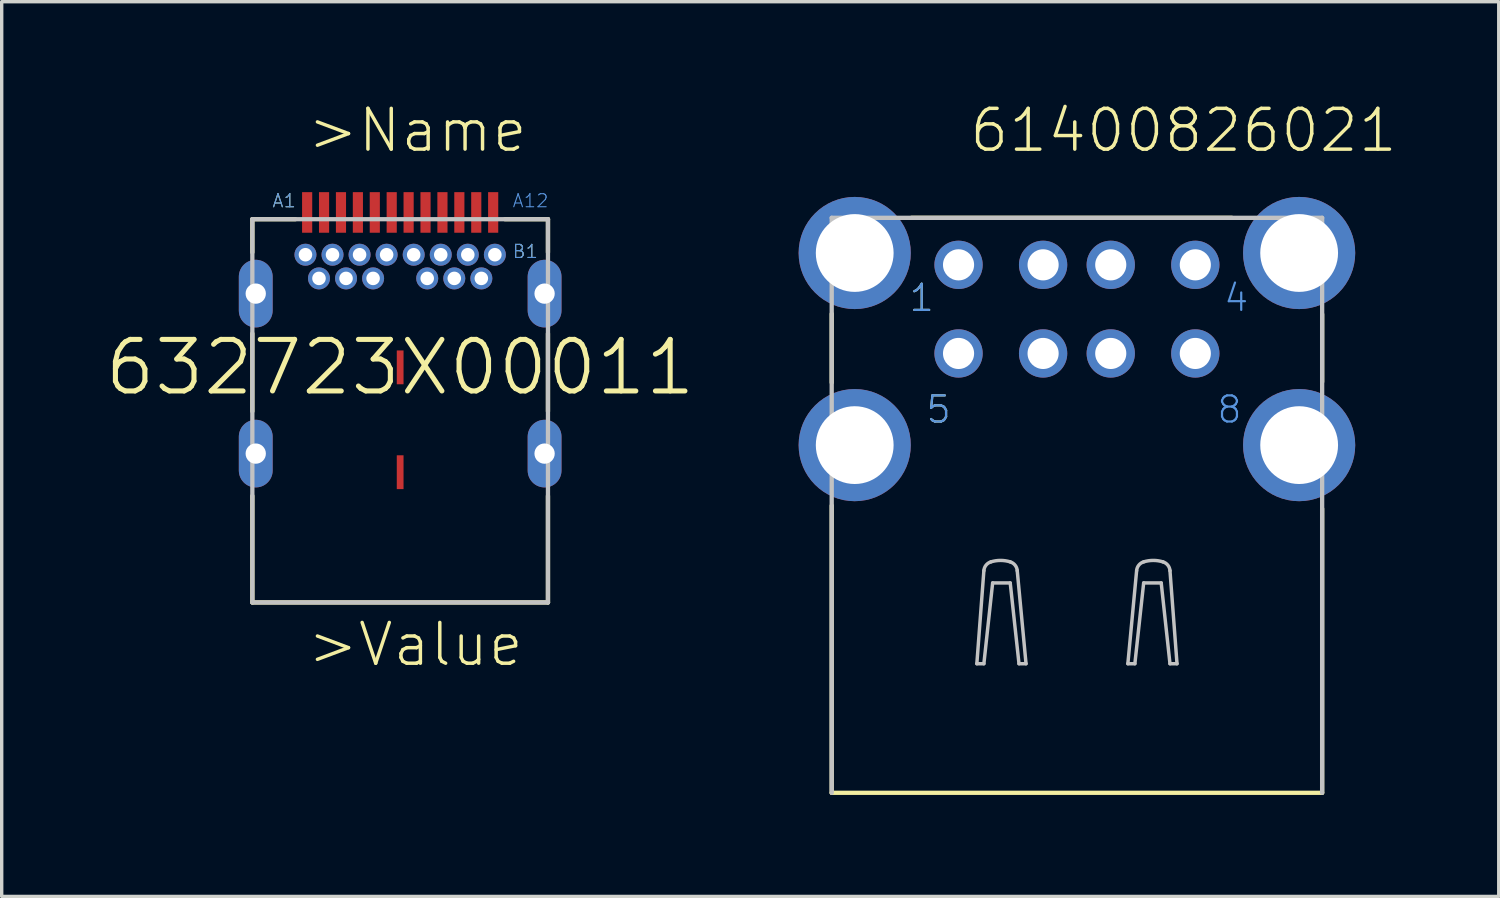
<source format=kicad_pcb>
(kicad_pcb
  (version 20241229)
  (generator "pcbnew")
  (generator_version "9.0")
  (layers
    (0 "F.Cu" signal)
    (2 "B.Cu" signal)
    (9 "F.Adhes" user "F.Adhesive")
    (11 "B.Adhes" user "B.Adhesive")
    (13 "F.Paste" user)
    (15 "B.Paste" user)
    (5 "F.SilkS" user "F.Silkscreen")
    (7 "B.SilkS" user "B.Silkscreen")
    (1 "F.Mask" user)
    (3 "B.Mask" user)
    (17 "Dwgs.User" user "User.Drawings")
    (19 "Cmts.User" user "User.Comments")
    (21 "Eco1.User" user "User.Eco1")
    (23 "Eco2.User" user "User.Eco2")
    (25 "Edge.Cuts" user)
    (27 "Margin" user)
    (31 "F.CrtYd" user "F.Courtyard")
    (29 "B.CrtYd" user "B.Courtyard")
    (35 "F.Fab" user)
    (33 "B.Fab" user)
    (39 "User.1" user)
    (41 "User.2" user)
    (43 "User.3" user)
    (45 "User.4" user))
  (footprint "632723X00011"
    (layer "F.Cu")
    (at 8.781 7.811)
    (property "Reference" "632723X00011" (at 0 0 0) (layer "F.SilkS") (effects (font (size 1.524 1.524) (thickness 0.15))))
    (attr through_hole)
    (fp_line (start -4.37 -4.38) (end -4.37 -3.4) (stroke (width 0.127) (type solid)) (layer "F.SilkS"))
    (fp_line (start -4.37 -1) (end -4.37 1.3) (stroke (width 0.127) (type solid)) (layer "F.SilkS"))
    (fp_line (start -4.37 3.8) (end -4.37 6.95) (stroke (width 0.127) (type solid)) (layer "F.SilkS"))
    (fp_line (start -4.37 6.95) (end 4.37 6.95) (stroke (width 0.127) (type solid)) (layer "F.SilkS"))
    (fp_line (start -3.1 -4.38) (end -4.37 -4.38) (stroke (width 0.127) (type solid)) (layer "F.SilkS"))
    (fp_line (start 3.1 -4.38) (end 4.37 -4.38) (stroke (width 0.127) (type solid)) (layer "F.SilkS"))
    (fp_line (start 4.37 -4.38) (end 4.37 -3.4) (stroke (width 0.127) (type solid)) (layer "F.SilkS"))
    (fp_line (start 4.37 -1) (end 4.37 1.3) (stroke (width 0.127) (type solid)) (layer "F.SilkS"))
    (fp_line (start 4.37 6.95) (end 4.37 3.8) (stroke (width 0.127) (type solid)) (layer "F.SilkS"))
    (fp_line (start -4.37 -4.38) (end 4.37 -4.38) (stroke (width 0.127) (type solid)) (layer "Dwgs.User"))
    (fp_line (start -4.37 6.95) (end -4.37 -4.38) (stroke (width 0.127) (type solid)) (layer "Dwgs.User"))
    (fp_line (start 4.37 -4.38) (end 4.37 6.95) (stroke (width 0.127) (type solid)) (layer "Dwgs.User"))
    (fp_line (start 4.37 6.95) (end -4.37 6.95) (stroke (width 0.127) (type solid)) (layer "Dwgs.User"))
    (fp_text user ">Name" (at -2.8 -6.3 0) (layer "F.SilkS") (effects (font (size 1.206 1.206) (thickness 0.102)) (justify left bottom)))
    (fp_text user "B1" (at 3.3 -3.2 0) (layer "F.SilkS") (effects (font (size 0.386 0.386) (thickness 0.033)) (justify left bottom)))
    (fp_text user ">Value" (at -2.8 8.9 0) (layer "F.SilkS") (effects (font (size 1.206 1.206) (thickness 0.102)) (justify left bottom)))
    (fp_text user "A1" (at -3.8 -4.7 0) (layer "F.SilkS") (effects (font (size 0.386 0.386) (thickness 0.033)) (justify left bottom)))
    (fp_text user "A1" (at -3.8 -4.7 0) (layer "Cmts.User") (effects (font (size 0.386 0.386) (thickness 0.033)) (justify left bottom)))
    (fp_text user "A12" (at 3.3 -4.7 0) (layer "Cmts.User") (effects (font (size 0.386 0.386) (thickness 0.033)) (justify left bottom)))
    (fp_text user "B1" (at 3.3 -3.2 0) (layer "Cmts.User") (effects (font (size 0.386 0.386) (thickness 0.033)) (justify left bottom)))
    (pad "A1" smd rect (at -2.75 -4.58 90) (size 1.2 0.3) (layers "F.Cu" "F.Mask" "F.Paste"))
    (pad "A2" smd rect (at -2.25 -4.58 90) (size 1.2 0.3) (layers "F.Cu" "F.Mask" "F.Paste"))
    (pad "A3" smd rect (at -1.75 -4.58 90) (size 1.2 0.3) (layers "F.Cu" "F.Mask" "F.Paste"))
    (pad "A4" smd rect (at -1.25 -4.58 90) (size 1.2 0.3) (layers "F.Cu" "F.Mask" "F.Paste"))
    (pad "A5" smd rect (at -0.75 -4.58 90) (size 1.2 0.3) (layers "F.Cu" "F.Mask" "F.Paste"))
    (pad "A6" smd rect (at -0.25 -4.58 90) (size 1.2 0.3) (layers "F.Cu" "F.Mask" "F.Paste"))
    (pad "A7" smd rect (at 0.25 -4.58 90) (size 1.2 0.3) (layers "F.Cu" "F.Mask" "F.Paste"))
    (pad "A8" smd rect (at 0.75 -4.58 90) (size 1.2 0.3) (layers "F.Cu" "F.Mask" "F.Paste"))
    (pad "A9" smd rect (at 1.25 -4.58 90) (size 1.2 0.3) (layers "F.Cu" "F.Mask" "F.Paste"))
    (pad "A10" smd rect (at 1.75 -4.58 90) (size 1.2 0.3) (layers "F.Cu" "F.Mask" "F.Paste"))
    (pad "A11" smd rect (at 2.25 -4.58 90) (size 1.2 0.3) (layers "F.Cu" "F.Mask" "F.Paste"))
    (pad "A12" smd rect (at 2.75 -4.58 90) (size 1.2 0.3) (layers "F.Cu" "F.Mask" "F.Paste"))
    (pad "B1" thru_hole circle (at 2.8 -3.33) (size 0.65 0.65) (drill 0.4) (layers "*.Cu" "*.Mask"))
    (pad "B2" thru_hole circle (at 2.4 -2.63) (size 0.65 0.65) (drill 0.4) (layers "*.Cu" "*.Mask"))
    (pad "B3" thru_hole circle (at 1.6 -2.63) (size 0.65 0.65) (drill 0.4) (layers "*.Cu" "*.Mask"))
    (pad "B4" thru_hole circle (at 1.2 -3.33) (size 0.65 0.65) (drill 0.4) (layers "*.Cu" "*.Mask"))
    (pad "B5" thru_hole circle (at 0.8 -2.63) (size 0.65 0.65) (drill 0.4) (layers "*.Cu" "*.Mask"))
    (pad "B6" thru_hole circle (at 0.4 -3.33) (size 0.65 0.65) (drill 0.4) (layers "*.Cu" "*.Mask"))
    (pad "B7" thru_hole circle (at -0.4 -3.33) (size 0.65 0.65) (drill 0.4) (layers "*.Cu" "*.Mask"))
    (pad "B8" thru_hole circle (at -0.8 -2.63) (size 0.65 0.65) (drill 0.4) (layers "*.Cu" "*.Mask"))
    (pad "B9" thru_hole circle (at -1.2 -3.33) (size 0.65 0.65) (drill 0.4) (layers "*.Cu" "*.Mask"))
    (pad "B10" thru_hole circle (at -1.6 -2.63) (size 0.65 0.65) (drill 0.4) (layers "*.Cu" "*.Mask"))
    (pad "B11" thru_hole circle (at -2.4 -2.63) (size 0.65 0.65) (drill 0.4) (layers "*.Cu" "*.Mask"))
    (pad "B12" thru_hole circle (at -2.8 -3.33) (size 0.65 0.65) (drill 0.4) (layers "*.Cu" "*.Mask"))
    (pad "GND" thru_hole circle (at 2 -3.33) (size 0.65 0.65) (drill 0.4) (layers "*.Cu" "*.Mask"))
    (pad "GND1" thru_hole circle (at -2 -3.33) (size 0.65 0.65) (drill 0.4) (layers "*.Cu" "*.Mask"))
    (pad "Z1" thru_hole oval (at -4.27 -2.18 90) (size 2 1) (drill 0.6) (layers "*.Cu" "*.Mask"))
    (pad "Z2" thru_hole oval (at 4.27 -2.18 90) (size 2 1) (drill 0.6) (layers "*.Cu" "*.Mask"))
    (pad "Z3" thru_hole oval (at 4.27 2.55 90) (size 2 1) (drill 0.6) (layers "*.Cu" "*.Mask"))
    (pad "Z4" thru_hole oval (at -4.27 2.55 90) (size 2 1) (drill 0.6) (layers "*.Cu" "*.Mask"))
    (pad "Z5" smd rect (at 0 0 90) (size 1 0.2) (layers "F.Cu" "F.Mask" "F.Paste"))
    (pad "Z6" smd rect (at 0 3.1 90) (size 1 0.2) (layers "F.Cu" "F.Mask" "F.Paste")))
  (footprint "61400826021"
    (layer "F.Cu")
    (at 28.79 10.11)
    (property "Reference" "61400826021" (at -3.232 -8.598 0) (layer "F.SilkS") (effects (font (size 1.206 1.206) (thickness 0.102)) (justify left bottom)))
    (attr through_hole)
    (fp_line (start -7.25 -3.88) (end -7.25 -1.85) (stroke (width 0.127) (type solid)) (layer "F.SilkS"))
    (fp_line (start -7.25 1.79) (end -7.25 10.28) (stroke (width 0.127) (type solid)) (layer "F.SilkS"))
    (fp_line (start -7.25 10.28) (end 7.25 10.28) (stroke (width 0.127) (type solid)) (layer "F.SilkS"))
    (fp_line (start -4.89 -6.72) (end 4.58 -6.72) (stroke (width 0.127) (type solid)) (layer "F.SilkS"))
    (fp_line (start 7.25 -3.87) (end 7.25 -1.87) (stroke (width 0.127) (type solid)) (layer "F.SilkS"))
    (fp_line (start 7.25 1.88) (end 7.25 10.28) (stroke (width 0.127) (type solid)) (layer "F.SilkS"))
    (fp_line (start -7.25 -6.72) (end -7.25 10.28) (stroke (width 0.127) (type solid)) (layer "Dwgs.User"))
    (fp_line (start -2.959 6.463) (end -2.751 3.712) (stroke (width 0.102) (type solid)) (layer "Dwgs.User"))
    (fp_line (start -2.751 6.463) (end -2.959 6.463) (stroke (width 0.102) (type solid)) (layer "Dwgs.User"))
    (fp_line (start -2.492 4.075) (end -2.751 6.463) (stroke (width 0.102) (type solid)) (layer "Dwgs.User"))
    (fp_line (start -1.972 4.075) (end -2.492 4.075) (stroke (width 0.102) (type solid)) (layer "Dwgs.User"))
    (fp_line (start -1.765 3.712) (end -1.505 6.463) (stroke (width 0.102) (type solid)) (layer "Dwgs.User"))
    (fp_line (start -1.713 6.463) (end -1.972 4.075) (stroke (width 0.102) (type solid)) (layer "Dwgs.User"))
    (fp_line (start -1.505 6.463) (end -1.713 6.463) (stroke (width 0.102) (type solid)) (layer "Dwgs.User"))
    (fp_line (start 1.506 6.463) (end 1.713 6.463) (stroke (width 0.102) (type solid)) (layer "Dwgs.User"))
    (fp_line (start 1.713 6.463) (end 1.973 4.075) (stroke (width 0.102) (type solid)) (layer "Dwgs.User"))
    (fp_line (start 1.765 3.712) (end 1.506 6.463) (stroke (width 0.102) (type solid)) (layer "Dwgs.User"))
    (fp_line (start 1.973 4.075) (end 2.492 4.075) (stroke (width 0.102) (type solid)) (layer "Dwgs.User"))
    (fp_line (start 2.492 4.075) (end 2.751 6.463) (stroke (width 0.102) (type solid)) (layer "Dwgs.User"))
    (fp_line (start 2.751 6.463) (end 2.959 6.463) (stroke (width 0.102) (type solid)) (layer "Dwgs.User"))
    (fp_line (start 2.959 6.463) (end 2.751 3.712) (stroke (width 0.102) (type solid)) (layer "Dwgs.User"))
    (fp_line (start 7.25 -6.72) (end -7.25 -6.72) (stroke (width 0.127) (type solid)) (layer "Dwgs.User"))
    (fp_line (start 7.25 10.28) (end 7.25 -6.72) (stroke (width 0.127) (type solid)) (layer "Dwgs.User"))
    (fp_arc (start -2.7512 3.7115) (mid -2.687459 3.549703) (end -2.543601 3.451999) (stroke (width 0.1016) (type solid)) (layer "Dwgs.User"))
    (fp_arc (start -2.5436 3.452) (mid -2.25805 3.409197) (end -1.972501 3.452) (stroke (width 0.1016) (type solid)) (layer "Dwgs.User"))
    (fp_arc (start -1.9725 3.452) (mid -1.828642 3.549702) (end -1.7649 3.711498) (stroke (width 0.1016) (type solid)) (layer "Dwgs.User"))
    (fp_arc (start 1.7651 3.711498) (mid 1.828841 3.549702) (end 1.9727 3.452) (stroke (width 0.1016) (type solid)) (layer "Dwgs.User"))
    (fp_arc (start 1.972701 3.452) (mid 2.25825 3.409198) (end 2.5438 3.452) (stroke (width 0.1016) (type solid)) (layer "Dwgs.User"))
    (fp_arc (start 2.543801 3.451999) (mid 2.68766 3.549703) (end 2.7514 3.7115) (stroke (width 0.1016) (type solid)) (layer "Dwgs.User"))
    (fp_text user "5" (at -4.5 -0.6 0) (layer "F.SilkS") (effects (font (size 0.772 0.772) (thickness 0.065)) (justify left bottom)))
    (fp_text user "1" (at -5 -3.9 0) (layer "F.SilkS") (effects (font (size 0.772 0.772) (thickness 0.065)) (justify left bottom)))
    (fp_text user "4" (at 4.3 -3.9 0) (layer "Cmts.User") (effects (font (size 0.772 0.772) (thickness 0.065)) (justify left bottom)))
    (fp_text user "5" (at -4.5 -0.6 0) (layer "Cmts.User") (effects (font (size 0.772 0.772) (thickness 0.065)) (justify left bottom)))
    (fp_text user "8" (at 4.1 -0.6 0) (layer "Cmts.User") (effects (font (size 0.772 0.772) (thickness 0.065)) (justify left bottom)))
    (fp_text user "1" (at -5 -3.9 0) (layer "Cmts.User") (effects (font (size 0.772 0.772) (thickness 0.065)) (justify left bottom)))
    (pad "1" thru_hole circle (at -3.5 -5.33) (size 1.428 1.428) (drill 0.92) (layers "*.Cu" "*.Mask"))
    (pad "2" thru_hole circle (at -1 -5.33) (size 1.428 1.428) (drill 0.92) (layers "*.Cu" "*.Mask"))
    (pad "3" thru_hole circle (at 1 -5.33) (size 1.428 1.428) (drill 0.92) (layers "*.Cu" "*.Mask"))
    (pad "4" thru_hole circle (at 3.5 -5.33) (size 1.428 1.428) (drill 0.92) (layers "*.Cu" "*.Mask"))
    (pad "5" thru_hole circle (at -3.5 -2.71) (size 1.428 1.428) (drill 0.92) (layers "*.Cu" "*.Mask"))
    (pad "6" thru_hole circle (at -1 -2.71) (size 1.428 1.428) (drill 0.92) (layers "*.Cu" "*.Mask"))
    (pad "7" thru_hole circle (at 1 -2.71) (size 1.428 1.428) (drill 0.92) (layers "*.Cu" "*.Mask"))
    (pad "8" thru_hole circle (at 3.5 -2.71) (size 1.428 1.428) (drill 0.92) (layers "*.Cu" "*.Mask"))
    (pad "SHEL" thru_hole circle (at -6.57 -5.68) (size 3.316 3.316) (drill 2.3) (layers "*.Cu" "*.Mask"))
    (pad "SHEL" thru_hole circle (at -6.57 0) (size 3.316 3.316) (drill 2.3) (layers "*.Cu" "*.Mask"))
    (pad "SHEL" thru_hole circle (at 6.57 -5.68) (size 3.316 3.316) (drill 2.3) (layers "*.Cu" "*.Mask"))
    (pad "SHEL" thru_hole circle (at 6.57 0) (size 3.316 3.316) (drill 2.3) (layers "*.Cu" "*.Mask")))
  (gr_rect
    (start -3 -3)
    (end 41.261 23.453)
    (stroke (width 0.1) (type default))
    (fill no)
    (layer "Edge.Cuts")))
</source>
